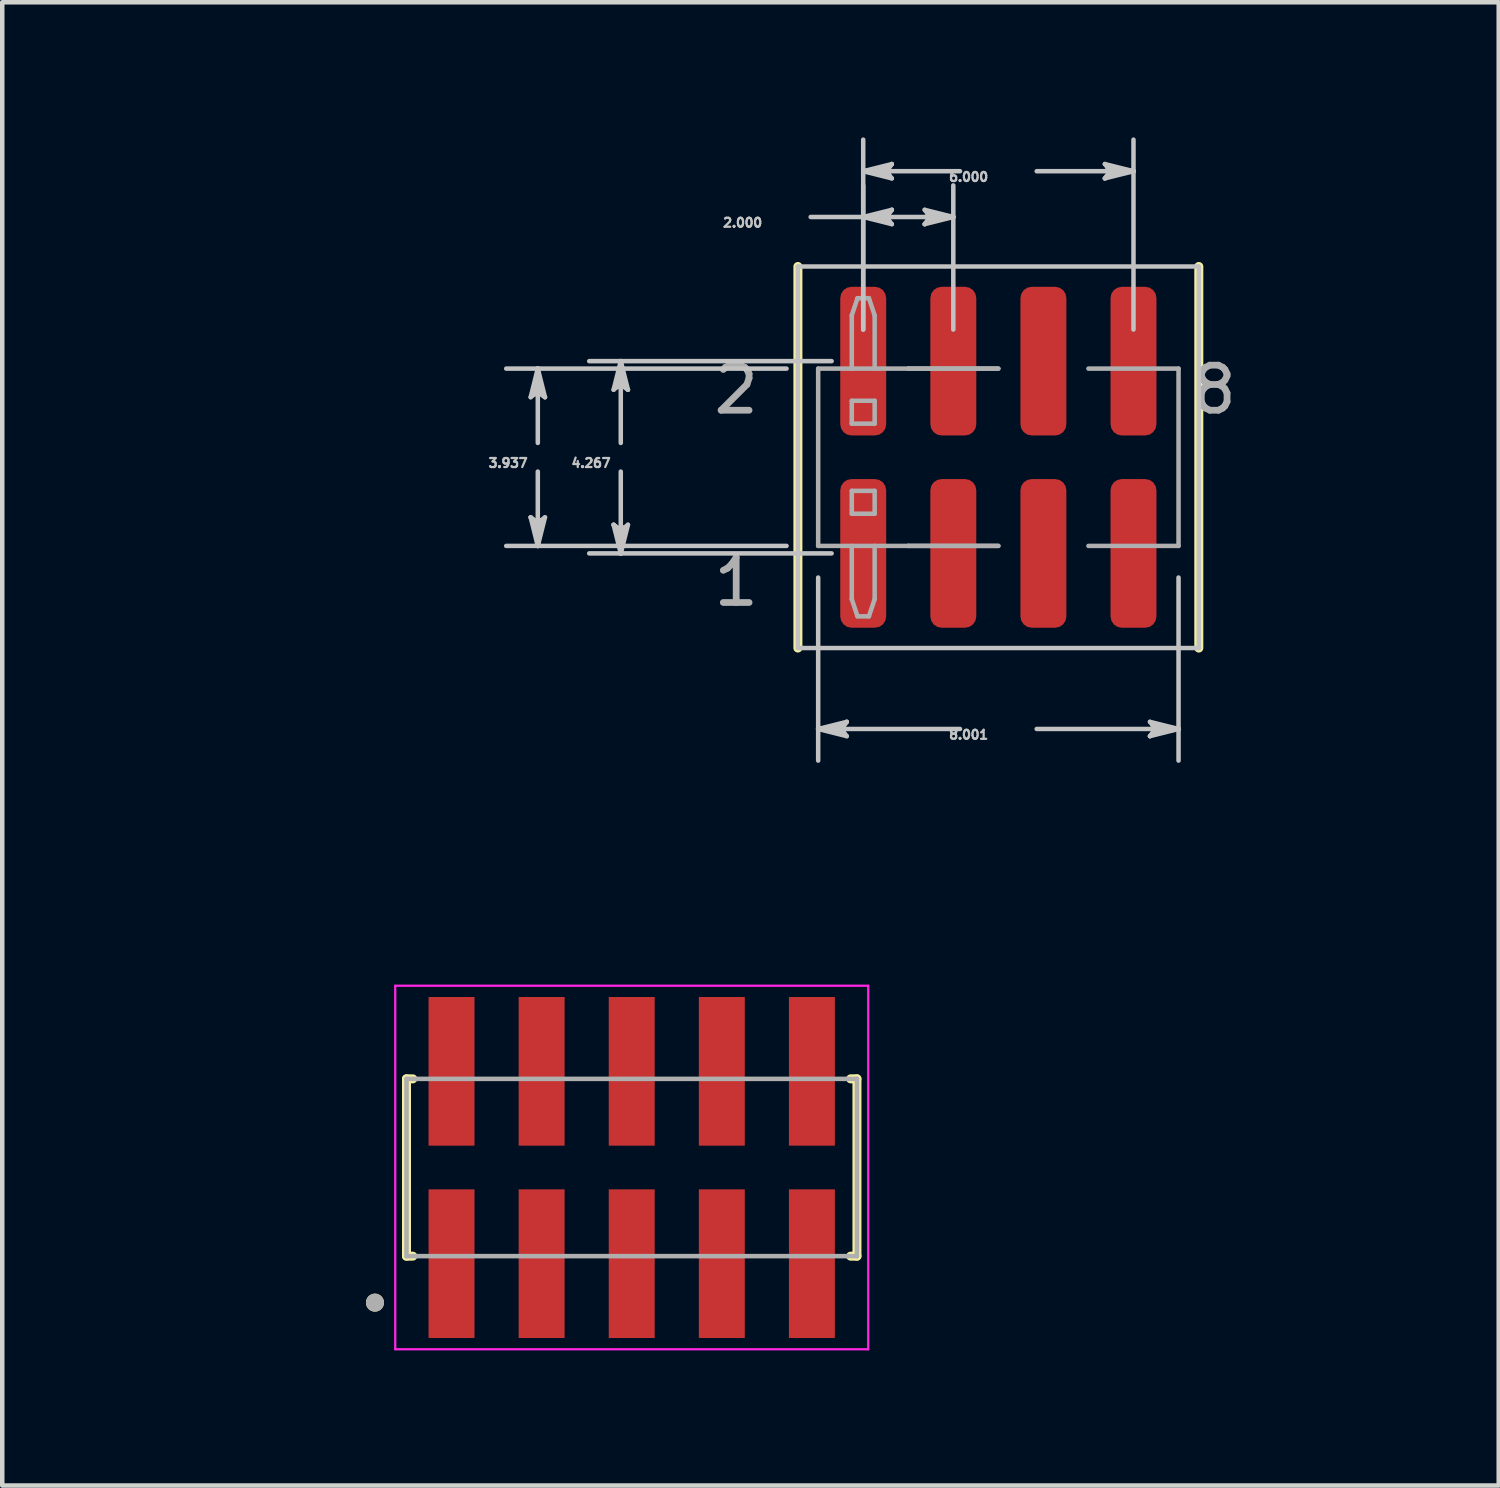
<source format=kicad_pcb>
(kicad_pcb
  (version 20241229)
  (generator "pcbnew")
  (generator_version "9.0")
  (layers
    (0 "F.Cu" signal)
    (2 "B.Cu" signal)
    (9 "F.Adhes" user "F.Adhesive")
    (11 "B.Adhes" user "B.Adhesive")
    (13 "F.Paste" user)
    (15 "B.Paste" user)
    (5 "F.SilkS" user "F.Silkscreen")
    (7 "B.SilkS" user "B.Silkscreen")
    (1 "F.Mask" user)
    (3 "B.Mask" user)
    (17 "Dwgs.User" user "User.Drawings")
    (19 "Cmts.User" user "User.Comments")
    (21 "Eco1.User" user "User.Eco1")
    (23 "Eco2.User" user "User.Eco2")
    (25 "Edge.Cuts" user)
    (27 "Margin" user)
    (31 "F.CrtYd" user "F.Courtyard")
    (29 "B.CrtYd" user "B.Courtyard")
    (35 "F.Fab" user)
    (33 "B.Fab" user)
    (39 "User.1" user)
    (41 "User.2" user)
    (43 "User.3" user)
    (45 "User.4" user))
  (footprint "TMM-105-01-X-D-SM"
    (layer "F.Cu")
    (at 10.974 22.868)
    (property "Reference" "TMM-105-01-X-D-SM" (at -1.825 -5.135 0) (layer "User.2") (effects (font (size 1 1) (thickness 0.15))))
    (attr smd)
    (fp_line (start -5 -1.968) (end -5 1.968) (stroke (width 0.2) (type solid)) (layer "F.SilkS"))
    (fp_line (start -5 1.968) (end -4.86 1.968) (stroke (width 0.2) (type solid)) (layer "F.SilkS"))
    (fp_line (start -4.86 -1.968) (end -5 -1.968) (stroke (width 0.2) (type solid)) (layer "F.SilkS"))
    (fp_line (start 4.86 -1.968) (end 5 -1.968) (stroke (width 0.2) (type solid)) (layer "F.SilkS"))
    (fp_line (start 5 -1.968) (end 5 1.968) (stroke (width 0.2) (type solid)) (layer "F.SilkS"))
    (fp_line (start 5 1.968) (end 4.86 1.968) (stroke (width 0.2) (type solid)) (layer "F.SilkS"))
    (fp_circle (center -5.7 3) (end -5.6 3) (stroke (width 0.2) (type solid)) (fill no) (layer "F.SilkS"))
    (fp_line (start -5.25 -4.035) (end 5.25 -4.035) (stroke (width 0.05) (type solid)) (layer "F.CrtYd"))
    (fp_line (start -5.25 4.035) (end -5.25 -4.035) (stroke (width 0.05) (type solid)) (layer "F.CrtYd"))
    (fp_line (start 5.25 -4.035) (end 5.25 4.035) (stroke (width 0.05) (type solid)) (layer "F.CrtYd"))
    (fp_line (start 5.25 4.035) (end -5.25 4.035) (stroke (width 0.05) (type solid)) (layer "F.CrtYd"))
    (fp_line (start -5 -1.968) (end 5 -1.968) (stroke (width 0.1) (type solid)) (layer "F.Fab"))
    (fp_line (start -5 1.968) (end -5 -1.968) (stroke (width 0.1) (type solid)) (layer "F.Fab"))
    (fp_line (start 5 -1.968) (end 5 1.968) (stroke (width 0.1) (type solid)) (layer "F.Fab"))
    (fp_line (start 5 1.968) (end -5 1.968) (stroke (width 0.1) (type solid)) (layer "F.Fab"))
    (fp_circle (center -5.7 3) (end -5.6 3) (stroke (width 0.2) (type solid)) (fill no) (layer "F.Fab"))
    (pad "1" smd rect (at -4 2.135) (size 1.02 3.3) (layers "F.Cu" "F.Mask" "F.Paste"))
    (pad "2" smd rect (at -4 -2.135) (size 1.02 3.3) (layers "F.Cu" "F.Mask" "F.Paste"))
    (pad "3" smd rect (at -2 2.135) (size 1.02 3.3) (layers "F.Cu" "F.Mask" "F.Paste"))
    (pad "4" smd rect (at -2 -2.135) (size 1.02 3.3) (layers "F.Cu" "F.Mask" "F.Paste"))
    (pad "5" smd rect (at 0 2.135) (size 1.02 3.3) (layers "F.Cu" "F.Mask" "F.Paste"))
    (pad "6" smd rect (at 0 -2.135) (size 1.02 3.3) (layers "F.Cu" "F.Mask" "F.Paste"))
    (pad "7" smd rect (at 2 2.135) (size 1.02 3.3) (layers "F.Cu" "F.Mask" "F.Paste"))
    (pad "8" smd rect (at 2 -2.135) (size 1.02 3.3) (layers "F.Cu" "F.Mask" "F.Paste"))
    (pad "9" smd rect (at 4 2.135) (size 1.02 3.3) (layers "F.Cu" "F.Mask" "F.Paste"))
    (pad "10" smd rect (at 4 -2.135) (size 1.02 3.3) (layers "F.Cu" "F.Mask" "F.Paste")))
  (footprint "TMM-104-01-X-D-SM"
    (layer "F.Cu")
    (at 19.113 7.101)
    (property "Reference" "TMM-104-01-X-D-SM" (at -5.503 5.263 0) (layer "User.2") (effects (font (size 1.5 1.5) (thickness 0.15))))
    (attr smd)
    (fp_line (start -4.45 -4.235) (end -4.45 4.235) (stroke (width 0.2) (type solid)) (layer "F.SilkS"))
    (fp_line (start 4.45 4.235) (end 4.45 -4.235) (stroke (width 0.2) (type solid)) (layer "F.SilkS"))
    (fp_line (start -10.382 -1.334) (end -10.224 -1.46) (stroke (width 0.1) (type solid)) (layer "Dwgs.User"))
    (fp_line (start -10.382 1.334) (end -10.224 1.968) (stroke (width 0.1) (type solid)) (layer "Dwgs.User"))
    (fp_line (start -10.303 -1.397) (end -10.224 -1.46) (stroke (width 0.1) (type solid)) (layer "Dwgs.User"))
    (fp_line (start -10.303 1.397) (end -10.382 1.334) (stroke (width 0.1) (type solid)) (layer "Dwgs.User"))
    (fp_line (start -10.224 -1.968) (end -10.382 -1.334) (stroke (width 0.1) (type solid)) (layer "Dwgs.User"))
    (fp_line (start -10.224 -1.968) (end -10.303 -1.397) (stroke (width 0.1) (type solid)) (layer "Dwgs.User"))
    (fp_line (start -10.224 -1.968) (end -10.144 -1.397) (stroke (width 0.1) (type solid)) (layer "Dwgs.User"))
    (fp_line (start -10.224 -1.46) (end -10.224 -1.968) (stroke (width 0.1) (type solid)) (layer "Dwgs.User"))
    (fp_line (start -10.224 -1.46) (end -10.065 -1.334) (stroke (width 0.1) (type solid)) (layer "Dwgs.User"))
    (fp_line (start -10.224 -0.318) (end -10.224 -1.968) (stroke (width 0.1) (type solid)) (layer "Dwgs.User"))
    (fp_line (start -10.224 0.318) (end -10.224 1.968) (stroke (width 0.1) (type solid)) (layer "Dwgs.User"))
    (fp_line (start -10.224 1.46) (end -10.382 1.334) (stroke (width 0.1) (type solid)) (layer "Dwgs.User"))
    (fp_line (start -10.224 1.46) (end -10.224 1.968) (stroke (width 0.1) (type solid)) (layer "Dwgs.User"))
    (fp_line (start -10.224 1.968) (end -10.303 1.397) (stroke (width 0.1) (type solid)) (layer "Dwgs.User"))
    (fp_line (start -10.224 1.968) (end -10.144 1.397) (stroke (width 0.1) (type solid)) (layer "Dwgs.User"))
    (fp_line (start -10.224 1.968) (end -10.065 1.334) (stroke (width 0.1) (type solid)) (layer "Dwgs.User"))
    (fp_line (start -10.144 -1.397) (end -10.065 -1.334) (stroke (width 0.1) (type solid)) (layer "Dwgs.User"))
    (fp_line (start -10.144 1.397) (end -10.224 1.46) (stroke (width 0.1) (type solid)) (layer "Dwgs.User"))
    (fp_line (start -10.065 -1.334) (end -10.224 -1.968) (stroke (width 0.1) (type solid)) (layer "Dwgs.User"))
    (fp_line (start -10.065 1.334) (end -10.224 1.46) (stroke (width 0.1) (type solid)) (layer "Dwgs.User"))
    (fp_line (start -8.541 -1.499) (end -8.382 -1.626) (stroke (width 0.1) (type solid)) (layer "Dwgs.User"))
    (fp_line (start -8.541 1.499) (end -8.382 2.134) (stroke (width 0.1) (type solid)) (layer "Dwgs.User"))
    (fp_line (start -8.461 -1.562) (end -8.382 -1.626) (stroke (width 0.1) (type solid)) (layer "Dwgs.User"))
    (fp_line (start -8.461 1.562) (end -8.541 1.499) (stroke (width 0.1) (type solid)) (layer "Dwgs.User"))
    (fp_line (start -8.382 -2.134) (end -8.541 -1.499) (stroke (width 0.1) (type solid)) (layer "Dwgs.User"))
    (fp_line (start -8.382 -2.134) (end -8.461 -1.562) (stroke (width 0.1) (type solid)) (layer "Dwgs.User"))
    (fp_line (start -8.382 -2.134) (end -8.303 -1.562) (stroke (width 0.1) (type solid)) (layer "Dwgs.User"))
    (fp_line (start -8.382 -1.626) (end -8.382 -2.134) (stroke (width 0.1) (type solid)) (layer "Dwgs.User"))
    (fp_line (start -8.382 -1.626) (end -8.223 -1.499) (stroke (width 0.1) (type solid)) (layer "Dwgs.User"))
    (fp_line (start -8.382 -0.318) (end -8.382 -2.134) (stroke (width 0.1) (type solid)) (layer "Dwgs.User"))
    (fp_line (start -8.382 0.318) (end -8.382 2.134) (stroke (width 0.1) (type solid)) (layer "Dwgs.User"))
    (fp_line (start -8.382 1.626) (end -8.541 1.499) (stroke (width 0.1) (type solid)) (layer "Dwgs.User"))
    (fp_line (start -8.382 1.626) (end -8.382 2.134) (stroke (width 0.1) (type solid)) (layer "Dwgs.User"))
    (fp_line (start -8.382 2.134) (end -8.461 1.562) (stroke (width 0.1) (type solid)) (layer "Dwgs.User"))
    (fp_line (start -8.382 2.134) (end -8.303 1.562) (stroke (width 0.1) (type solid)) (layer "Dwgs.User"))
    (fp_line (start -8.382 2.134) (end -8.223 1.499) (stroke (width 0.1) (type solid)) (layer "Dwgs.User"))
    (fp_line (start -8.303 -1.562) (end -8.223 -1.499) (stroke (width 0.1) (type solid)) (layer "Dwgs.User"))
    (fp_line (start -8.303 1.562) (end -8.382 1.626) (stroke (width 0.1) (type solid)) (layer "Dwgs.User"))
    (fp_line (start -8.223 -1.499) (end -8.382 -2.134) (stroke (width 0.1) (type solid)) (layer "Dwgs.User"))
    (fp_line (start -8.223 1.499) (end -8.382 1.626) (stroke (width 0.1) (type solid)) (layer "Dwgs.User"))
    (fp_line (start -4.702 -1.968) (end -10.925 -1.968) (stroke (width 0.1) (type solid)) (layer "Dwgs.User"))
    (fp_line (start -4.702 1.968) (end -10.925 1.968) (stroke (width 0.1) (type solid)) (layer "Dwgs.User"))
    (fp_line (start -4.45 -4.235) (end -4.45 4.235) (stroke (width 0.1) (type solid)) (layer "Dwgs.User"))
    (fp_line (start -4.45 4.235) (end 4.45 4.235) (stroke (width 0.1) (type solid)) (layer "Dwgs.User"))
    (fp_line (start -4.166 -5.334) (end -3 -5.334) (stroke (width 0.1) (type solid)) (layer "Dwgs.User"))
    (fp_line (start -4 2.67) (end -4 6.734) (stroke (width 0.1) (type solid)) (layer "Dwgs.User"))
    (fp_line (start -4 6.032) (end -3.429 5.953) (stroke (width 0.1) (type solid)) (layer "Dwgs.User"))
    (fp_line (start -4 6.032) (end -3.429 6.112) (stroke (width 0.1) (type solid)) (layer "Dwgs.User"))
    (fp_line (start -4 6.032) (end -3.366 6.191) (stroke (width 0.1) (type solid)) (layer "Dwgs.User"))
    (fp_line (start -3.701 -2.134) (end -9.083 -2.134) (stroke (width 0.1) (type solid)) (layer "Dwgs.User"))
    (fp_line (start -3.701 2.134) (end -9.083 2.134) (stroke (width 0.1) (type solid)) (layer "Dwgs.User"))
    (fp_line (start -3.492 6.032) (end -4 6.032) (stroke (width 0.1) (type solid)) (layer "Dwgs.User"))
    (fp_line (start -3.492 6.032) (end -3.366 5.874) (stroke (width 0.1) (type solid)) (layer "Dwgs.User"))
    (fp_line (start -3.429 5.953) (end -3.366 5.874) (stroke (width 0.1) (type solid)) (layer "Dwgs.User"))
    (fp_line (start -3.429 6.112) (end -3.492 6.032) (stroke (width 0.1) (type solid)) (layer "Dwgs.User"))
    (fp_line (start -3.366 5.874) (end -4 6.032) (stroke (width 0.1) (type solid)) (layer "Dwgs.User"))
    (fp_line (start -3.366 6.191) (end -3.492 6.032) (stroke (width 0.1) (type solid)) (layer "Dwgs.User"))
    (fp_line (start -3 -6.35) (end -2.428 -6.429) (stroke (width 0.1) (type solid)) (layer "Dwgs.User"))
    (fp_line (start -3 -6.35) (end -2.428 -6.271) (stroke (width 0.1) (type solid)) (layer "Dwgs.User"))
    (fp_line (start -3 -6.35) (end -2.365 -6.191) (stroke (width 0.1) (type solid)) (layer "Dwgs.User"))
    (fp_line (start -3 -5.334) (end -2.428 -5.413) (stroke (width 0.1) (type solid)) (layer "Dwgs.User"))
    (fp_line (start -3 -5.334) (end -2.428 -5.255) (stroke (width 0.1) (type solid)) (layer "Dwgs.User"))
    (fp_line (start -3 -5.334) (end -2.365 -5.175) (stroke (width 0.1) (type solid)) (layer "Dwgs.User"))
    (fp_line (start -3 -5.334) (end -1 -5.334) (stroke (width 0.1) (type solid)) (layer "Dwgs.User"))
    (fp_line (start -3 -2.835) (end -3 -7.051) (stroke (width 0.1) (type solid)) (layer "Dwgs.User"))
    (fp_line (start -3 -2.835) (end -3 -6.035) (stroke (width 0.1) (type solid)) (layer "Dwgs.User"))
    (fp_line (start -2.492 -6.35) (end -3 -6.35) (stroke (width 0.1) (type solid)) (layer "Dwgs.User"))
    (fp_line (start -2.492 -6.35) (end -2.365 -6.509) (stroke (width 0.1) (type solid)) (layer "Dwgs.User"))
    (fp_line (start -2.492 -5.334) (end -3 -5.334) (stroke (width 0.1) (type solid)) (layer "Dwgs.User"))
    (fp_line (start -2.492 -5.334) (end -2.365 -5.493) (stroke (width 0.1) (type solid)) (layer "Dwgs.User"))
    (fp_line (start -2.428 -6.429) (end -2.365 -6.509) (stroke (width 0.1) (type solid)) (layer "Dwgs.User"))
    (fp_line (start -2.428 -6.271) (end -2.492 -6.35) (stroke (width 0.1) (type solid)) (layer "Dwgs.User"))
    (fp_line (start -2.428 -5.413) (end -2.365 -5.493) (stroke (width 0.1) (type solid)) (layer "Dwgs.User"))
    (fp_line (start -2.428 -5.255) (end -2.492 -5.334) (stroke (width 0.1) (type solid)) (layer "Dwgs.User"))
    (fp_line (start -2.365 -6.509) (end -3 -6.35) (stroke (width 0.1) (type solid)) (layer "Dwgs.User"))
    (fp_line (start -2.365 -6.191) (end -2.492 -6.35) (stroke (width 0.1) (type solid)) (layer "Dwgs.User"))
    (fp_line (start -2.365 -5.493) (end -3 -5.334) (stroke (width 0.1) (type solid)) (layer "Dwgs.User"))
    (fp_line (start -2.365 -5.175) (end -2.492 -5.334) (stroke (width 0.1) (type solid)) (layer "Dwgs.User"))
    (fp_line (start -1.635 -5.493) (end -1.508 -5.334) (stroke (width 0.1) (type solid)) (layer "Dwgs.User"))
    (fp_line (start -1.635 -5.175) (end -1 -5.334) (stroke (width 0.1) (type solid)) (layer "Dwgs.User"))
    (fp_line (start -1.571 -5.413) (end -1.508 -5.334) (stroke (width 0.1) (type solid)) (layer "Dwgs.User"))
    (fp_line (start -1.571 -5.255) (end -1.635 -5.175) (stroke (width 0.1) (type solid)) (layer "Dwgs.User"))
    (fp_line (start -1.508 -5.334) (end -1.635 -5.175) (stroke (width 0.1) (type solid)) (layer "Dwgs.User"))
    (fp_line (start -1.508 -5.334) (end -1 -5.334) (stroke (width 0.1) (type solid)) (layer "Dwgs.User"))
    (fp_line (start -1 -5.334) (end -1.635 -5.493) (stroke (width 0.1) (type solid)) (layer "Dwgs.User"))
    (fp_line (start -1 -5.334) (end -1.571 -5.413) (stroke (width 0.1) (type solid)) (layer "Dwgs.User"))
    (fp_line (start -1 -5.334) (end -1.571 -5.255) (stroke (width 0.1) (type solid)) (layer "Dwgs.User"))
    (fp_line (start -1 -2.835) (end -1 -6.035) (stroke (width 0.1) (type solid)) (layer "Dwgs.User"))
    (fp_line (start -0.851 -6.35) (end -3 -6.35) (stroke (width 0.1) (type solid)) (layer "Dwgs.User"))
    (fp_line (start -0.851 6.032) (end -4 6.032) (stroke (width 0.1) (type solid)) (layer "Dwgs.User"))
    (fp_line (start 0.851 -6.35) (end 3 -6.35) (stroke (width 0.1) (type solid)) (layer "Dwgs.User"))
    (fp_line (start 0.851 6.032) (end 4 6.032) (stroke (width 0.1) (type solid)) (layer "Dwgs.User"))
    (fp_line (start 2.365 -6.509) (end 2.492 -6.35) (stroke (width 0.1) (type solid)) (layer "Dwgs.User"))
    (fp_line (start 2.365 -6.191) (end 3 -6.35) (stroke (width 0.1) (type solid)) (layer "Dwgs.User"))
    (fp_line (start 2.428 -6.429) (end 2.492 -6.35) (stroke (width 0.1) (type solid)) (layer "Dwgs.User"))
    (fp_line (start 2.428 -6.271) (end 2.365 -6.191) (stroke (width 0.1) (type solid)) (layer "Dwgs.User"))
    (fp_line (start 2.492 -6.35) (end 2.365 -6.191) (stroke (width 0.1) (type solid)) (layer "Dwgs.User"))
    (fp_line (start 2.492 -6.35) (end 3 -6.35) (stroke (width 0.1) (type solid)) (layer "Dwgs.User"))
    (fp_line (start 3 -6.35) (end 2.365 -6.509) (stroke (width 0.1) (type solid)) (layer "Dwgs.User"))
    (fp_line (start 3 -6.35) (end 2.428 -6.429) (stroke (width 0.1) (type solid)) (layer "Dwgs.User"))
    (fp_line (start 3 -6.35) (end 2.428 -6.271) (stroke (width 0.1) (type solid)) (layer "Dwgs.User"))
    (fp_line (start 3 -2.835) (end 3 -7.051) (stroke (width 0.1) (type solid)) (layer "Dwgs.User"))
    (fp_line (start 3.366 5.874) (end 3.492 6.032) (stroke (width 0.1) (type solid)) (layer "Dwgs.User"))
    (fp_line (start 3.366 6.191) (end 4 6.032) (stroke (width 0.1) (type solid)) (layer "Dwgs.User"))
    (fp_line (start 3.429 5.953) (end 3.492 6.032) (stroke (width 0.1) (type solid)) (layer "Dwgs.User"))
    (fp_line (start 3.429 6.112) (end 3.366 6.191) (stroke (width 0.1) (type solid)) (layer "Dwgs.User"))
    (fp_line (start 3.492 6.032) (end 3.366 6.191) (stroke (width 0.1) (type solid)) (layer "Dwgs.User"))
    (fp_line (start 3.492 6.032) (end 4 6.032) (stroke (width 0.1) (type solid)) (layer "Dwgs.User"))
    (fp_line (start 4 2.67) (end 4 6.734) (stroke (width 0.1) (type solid)) (layer "Dwgs.User"))
    (fp_line (start 4 6.032) (end 3.366 5.874) (stroke (width 0.1) (type solid)) (layer "Dwgs.User"))
    (fp_line (start 4 6.032) (end 3.429 5.953) (stroke (width 0.1) (type solid)) (layer "Dwgs.User"))
    (fp_line (start 4 6.032) (end 3.429 6.112) (stroke (width 0.1) (type solid)) (layer "Dwgs.User"))
    (fp_line (start 4.45 -4.235) (end -4.45 -4.235) (stroke (width 0.1) (type solid)) (layer "Dwgs.User"))
    (fp_line (start 4.45 4.235) (end 4.45 -4.235) (stroke (width 0.1) (type solid)) (layer "Dwgs.User"))
    (fp_line (start -4 -1.968) (end -2 -1.968) (stroke (width 0.1) (type solid)) (layer "F.Fab"))
    (fp_line (start -4 1.968) (end -4 -1.968) (stroke (width 0.1) (type solid)) (layer "F.Fab"))
    (fp_line (start -3.254 -3.15) (end -3.127 -3.531) (stroke (width 0.1) (type solid)) (layer "F.Fab"))
    (fp_line (start -3.254 -1.968) (end -3.254 -3.15) (stroke (width 0.1) (type solid)) (layer "F.Fab"))
    (fp_line (start -3.254 -1.254) (end -2.746 -1.254) (stroke (width 0.1) (type solid)) (layer "F.Fab"))
    (fp_line (start -3.254 -0.746) (end -3.254 -1.254) (stroke (width 0.1) (type solid)) (layer "F.Fab"))
    (fp_line (start -3.254 0.746) (end -3.254 1.254) (stroke (width 0.1) (type solid)) (layer "F.Fab"))
    (fp_line (start -3.254 1.254) (end -2.746 1.254) (stroke (width 0.1) (type solid)) (layer "F.Fab"))
    (fp_line (start -3.254 1.968) (end -3.254 3.15) (stroke (width 0.1) (type solid)) (layer "F.Fab"))
    (fp_line (start -3.254 3.15) (end -3.127 3.531) (stroke (width 0.1) (type solid)) (layer "F.Fab"))
    (fp_line (start -3.127 -3.531) (end -2.873 -3.531) (stroke (width 0.1) (type solid)) (layer "F.Fab"))
    (fp_line (start -3.127 3.531) (end -2.873 3.531) (stroke (width 0.1) (type solid)) (layer "F.Fab"))
    (fp_line (start -2.873 -3.531) (end -2.746 -3.15) (stroke (width 0.1) (type solid)) (layer "F.Fab"))
    (fp_line (start -2.873 3.531) (end -2.746 3.15) (stroke (width 0.1) (type solid)) (layer "F.Fab"))
    (fp_line (start -2.746 -3.15) (end -2.746 -1.968) (stroke (width 0.1) (type solid)) (layer "F.Fab"))
    (fp_line (start -2.746 -1.254) (end -2.746 -0.746) (stroke (width 0.1) (type solid)) (layer "F.Fab"))
    (fp_line (start -2.746 -0.746) (end -3.254 -0.746) (stroke (width 0.1) (type solid)) (layer "F.Fab"))
    (fp_line (start -2.746 0.746) (end -3.254 0.746) (stroke (width 0.1) (type solid)) (layer "F.Fab"))
    (fp_line (start -2.746 1.254) (end -2.746 0.746) (stroke (width 0.1) (type solid)) (layer "F.Fab"))
    (fp_line (start -2.746 3.15) (end -2.746 1.968) (stroke (width 0.1) (type solid)) (layer "F.Fab"))
    (fp_line (start -2 -1.968) (end 0 -1.968) (stroke (width 0.1) (type solid)) (layer "F.Fab"))
    (fp_line (start -2 -1.968) (end 0 -1.968) (stroke (width 0.1) (type solid)) (layer "F.Fab"))
    (fp_line (start -2 1.968) (end -4 1.968) (stroke (width 0.1) (type solid)) (layer "F.Fab"))
    (fp_line (start -2 1.968) (end 0 1.968) (stroke (width 0.1) (type solid)) (layer "F.Fab"))
    (fp_line (start 0 1.968) (end -2 1.968) (stroke (width 0.1) (type solid)) (layer "F.Fab"))
    (fp_line (start 2 -1.968) (end 4 -1.968) (stroke (width 0.1) (type solid)) (layer "F.Fab"))
    (fp_line (start 4 -1.968) (end 4 1.968) (stroke (width 0.1) (type solid)) (layer "F.Fab"))
    (fp_line (start 4 1.968) (end 2 1.968) (stroke (width 0.1) (type solid)) (layer "F.Fab"))
    (fp_text user "8.001" (at -0.66 6.16 0) (layer "Dwgs.User") (effects (font (size 0.2 0.2) (thickness 0.15))))
    (fp_text user "6.000" (at -0.66 -6.223 0) (layer "Dwgs.User") (effects (font (size 0.2 0.2) (thickness 0.15))))
    (fp_text user "2.000" (at -5.677 -5.207 0) (layer "Dwgs.User") (effects (font (size 0.2 0.2) (thickness 0.15))))
    (fp_text user "3.937" (at -10.884 0.127 0) (layer "Dwgs.User") (effects (font (size 0.2 0.2) (thickness 0.15))))
    (fp_text user "4.267" (at -9.042 0.127 0) (layer "Dwgs.User") (effects (font (size 0.2 0.2) (thickness 0.15))))
    (fp_text user "8" (at 4.791 -1.499 0) (layer "F.Fab") (effects (font (size 1 1) (thickness 0.15))))
    (fp_text user "2" (at -5.82 -1.499 0) (layer "F.Fab") (effects (font (size 1 1) (thickness 0.15))))
    (fp_text user "1" (at -5.82 2.769 0) (layer "F.Fab") (effects (font (size 1 1) (thickness 0.15))))
    (pad "1" smd roundrect (at -3 2.134) (size 1.02 3.3) (layers "F.Cu" "F.Mask" "F.Paste") (roundrect_rratio 0.245))
    (pad "2" smd roundrect (at -1 2.134) (size 1.02 3.3) (layers "F.Cu" "F.Mask" "F.Paste") (roundrect_rratio 0.245))
    (pad "3" smd roundrect (at 1 2.134) (size 1.02 3.3) (layers "F.Cu" "F.Mask" "F.Paste") (roundrect_rratio 0.245))
    (pad "4" smd roundrect (at 3 2.134) (size 1.02 3.3) (layers "F.Cu" "F.Mask" "F.Paste") (roundrect_rratio 0.245))
    (pad "5" smd roundrect (at -3 -2.134) (size 1.02 3.3) (layers "F.Cu" "F.Mask" "F.Paste") (roundrect_rratio 0.245))
    (pad "6" smd roundrect (at -1 -2.134) (size 1.02 3.3) (layers "F.Cu" "F.Mask" "F.Paste") (roundrect_rratio 0.245))
    (pad "7" smd roundrect (at 1 -2.134) (size 1.02 3.3) (layers "F.Cu" "F.Mask" "F.Paste") (roundrect_rratio 0.245))
    (pad "8" smd roundrect (at 3 -2.134) (size 1.02 3.3) (layers "F.Cu" "F.Mask" "F.Paste") (roundrect_rratio 0.245)))
  (gr_rect
    (start -3 -3)
    (end 30.221 29.928)
    (stroke (width 0.1) (type default))
    (fill no)
    (layer "Edge.Cuts")))
</source>
